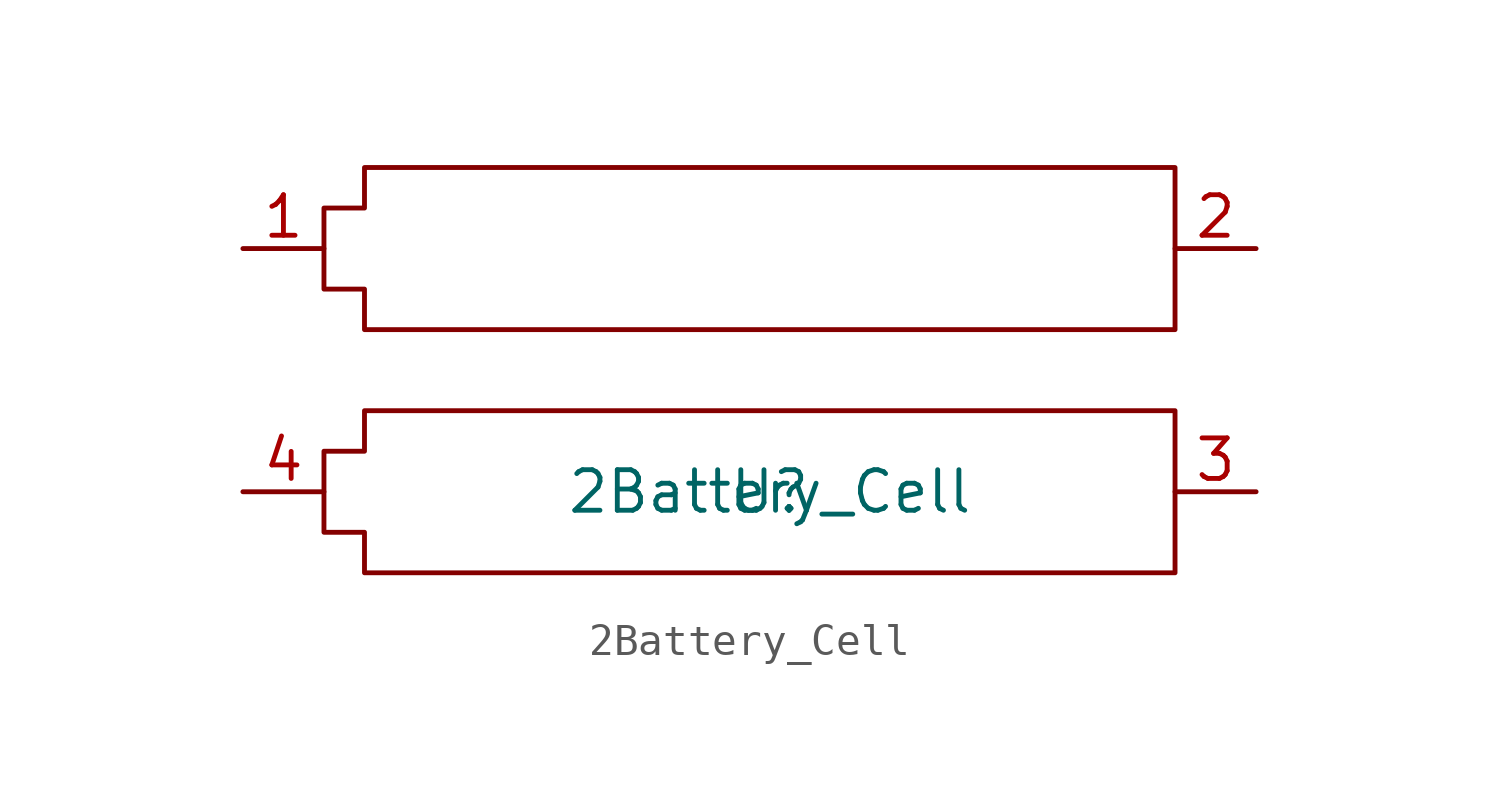
<source format=kicad_sym>
(kicad_symbol_lib
  (version 20231120)
  (generator "kicad_symbol_editor")
  (generator_version "8.0")
  (symbol "2Battery_Cell"
    (property "Reference" "U"
      (at 1.27 -7.62 0)
      (effects (font (size 1.27 1.27))))
    (property "Value" "2Battery_Cell"
      (at 1.27 -7.62 0)
      (effects (font (size 1.27 1.27))))
    (symbol "2Battery_Cell_0_1"
      (polyline (pts (xy -11.43 -5.08) (xy -11.43 -6.35) (xy -12.7 -6.35) (xy -12.7 -8.89) (xy -11.43 -8.89) (xy -11.43 -10.16) (xy 13.97 -10.16) (xy 13.97 -5.08) (xy -11.43 -5.08)) (stroke (width 0) (type default)) (fill (type none)))
      (polyline (pts (xy -11.43 2.54) (xy -11.43 1.27) (xy -12.7 1.27) (xy -12.7 -1.27) (xy -11.43 -1.27) (xy -11.43 -2.54) (xy 13.97 -2.54) (xy 13.97 2.54) (xy -11.43 2.54)) (stroke (width 0) (type default)) (fill (type none))))
    (symbol "2Battery_Cell_1_1"
      (pin unspecified line (at -15.24 0 0) (length 2.54) (name "" (effects (font (size 1.27 1.27)))) (number "1" (effects (font (size 1.27 1.27)))))
      (pin unspecified line (at 16.51 0 180) (length 2.54) (name "" (effects (font (size 1.27 1.27)))) (number "2" (effects (font (size 1.27 1.27)))))
      (pin unspecified line (at 16.51 -7.62 180) (length 2.54) (name "" (effects (font (size 1.27 1.27)))) (number "3" (effects (font (size 1.27 1.27)))))
      (pin unspecified line (at -15.24 -7.62 0) (length 2.54) (name "" (effects (font (size 1.27 1.27)))) (number "4" (effects (font (size 1.27 1.27))))))))
</source>
